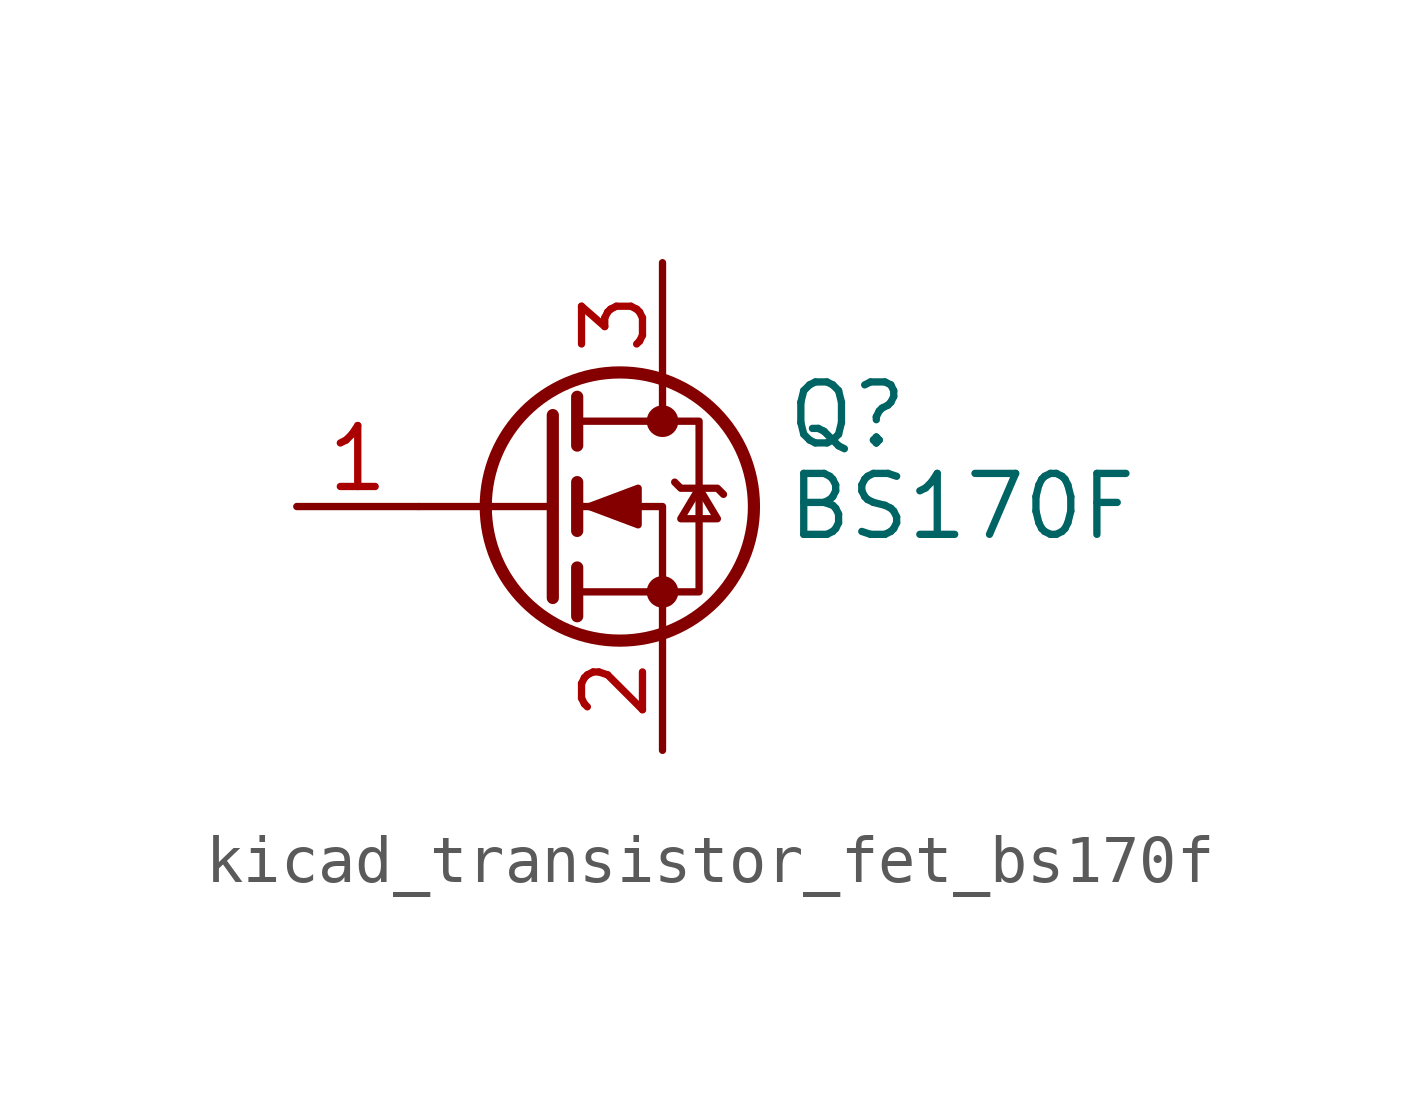
<source format=kicad_sym>
(kicad_symbol_lib
  (version 20220914)
  (generator kicad_symbol_editor)
  (symbol "kicad_transistor_fet_bs170f"
    (pin_names hide)
    (property "Reference" "Q"
      (at 5.08 1.905 0)
      (effects (font (size 1.27 1.27)) (justify left)))
    (property "Value" "BS170F"
      (at 5.08 0 0)
      (effects (font (size 1.27 1.27)) (justify left)))
    (symbol "kicad_transistor_fet_bs170f_0_1"
      (polyline (pts (xy 0.254 0) (xy -2.54 0)) (stroke (width 0) (type default)) (fill (type none)))
      (polyline (pts (xy 0.254 1.905) (xy 0.254 -1.905)) (stroke (width 0.254) (type default)) (fill (type none)))
      (polyline (pts (xy 0.762 -1.27) (xy 0.762 -2.286)) (stroke (width 0.254) (type default)) (fill (type none)))
      (polyline (pts (xy 0.762 0.508) (xy 0.762 -0.508)) (stroke (width 0.254) (type default)) (fill (type none)))
      (polyline (pts (xy 0.762 2.286) (xy 0.762 1.27)) (stroke (width 0.254) (type default)) (fill (type none)))
      (polyline (pts (xy 2.54 2.54) (xy 2.54 1.778)) (stroke (width 0) (type default)) (fill (type none)))
      (polyline (pts (xy 2.54 -2.54) (xy 2.54 0) (xy 0.762 0)) (stroke (width 0) (type default)) (fill (type none)))
      (polyline (pts (xy 0.762 -1.778) (xy 3.302 -1.778) (xy 3.302 1.778) (xy 0.762 1.778)) (stroke (width 0) (type default)) (fill (type none)))
      (polyline (pts (xy 1.016 0) (xy 2.032 0.381) (xy 2.032 -0.381) (xy 1.016 0)) (stroke (width 0) (type default)) (fill (type outline)))
      (polyline (pts (xy 2.794 0.508) (xy 2.921 0.381) (xy 3.683 0.381) (xy 3.81 0.254)) (stroke (width 0) (type default)) (fill (type none)))
      (polyline (pts (xy 3.302 0.381) (xy 2.921 -0.254) (xy 3.683 -0.254) (xy 3.302 0.381)) (stroke (width 0) (type default)) (fill (type none)))
      (circle (center 1.651 0) (radius 2.794) (stroke (width 0.254) (type default)) (fill (type none)))
      (circle (center 2.54 -1.778) (radius 0.254) (stroke (width 0) (type default)) (fill (type outline)))
      (circle (center 2.54 1.778) (radius 0.254) (stroke (width 0) (type default)) (fill (type outline))))
    (symbol "kicad_transistor_fet_bs170f_1_1"
      (pin input line (at -5.08 0 0) (length 2.54) (name "G" (effects (font (size 1.27 1.27)))) (number "1" (effects (font (size 1.27 1.27)))))
      (pin passive line (at 2.54 -5.08 90) (length 2.54) (name "S" (effects (font (size 1.27 1.27)))) (number "2" (effects (font (size 1.27 1.27)))))
      (pin passive line (at 2.54 5.08 270) (length 2.54) (name "D" (effects (font (size 1.27 1.27)))) (number "3" (effects (font (size 1.27 1.27))))))))
</source>
